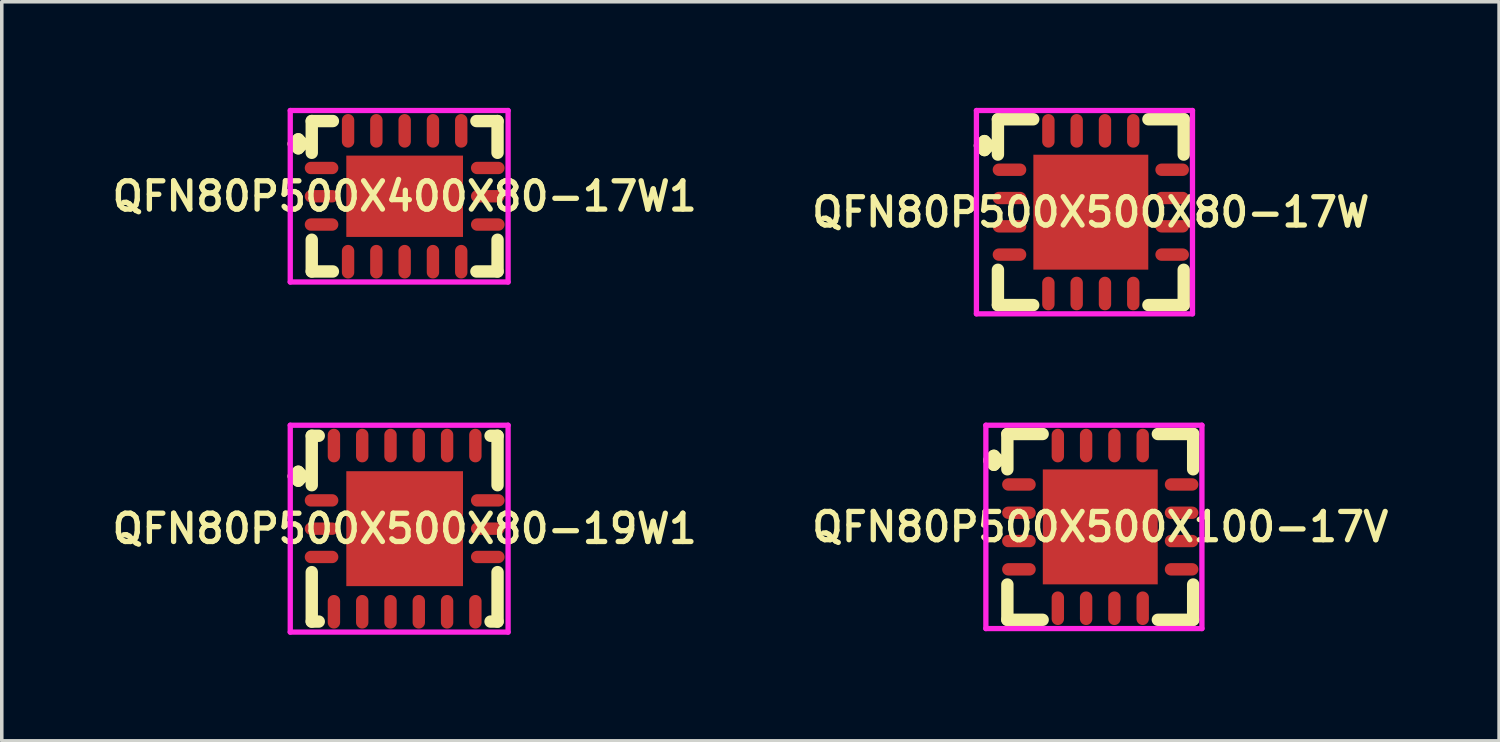
<source format=kicad_pcb>
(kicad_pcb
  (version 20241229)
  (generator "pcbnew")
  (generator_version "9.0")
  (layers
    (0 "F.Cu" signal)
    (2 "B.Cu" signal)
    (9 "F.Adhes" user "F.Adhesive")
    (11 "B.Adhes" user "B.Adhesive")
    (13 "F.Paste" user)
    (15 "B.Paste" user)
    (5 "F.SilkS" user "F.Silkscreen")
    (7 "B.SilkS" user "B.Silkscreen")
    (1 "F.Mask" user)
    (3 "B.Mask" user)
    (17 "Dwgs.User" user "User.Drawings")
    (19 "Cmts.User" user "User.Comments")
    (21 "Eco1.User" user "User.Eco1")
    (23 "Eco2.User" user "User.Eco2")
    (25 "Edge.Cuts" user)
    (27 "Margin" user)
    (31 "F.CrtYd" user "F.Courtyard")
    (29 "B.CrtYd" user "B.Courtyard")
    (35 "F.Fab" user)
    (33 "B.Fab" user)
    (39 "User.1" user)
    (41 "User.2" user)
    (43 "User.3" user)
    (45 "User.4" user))
  (footprint "QFN80P500X400X80-17W1"
    (layer "F.Cu")
    (at 8.393 2.5)
    (property "Reference" "QFN80P500X400X80-17W1" (at 0 0 0) (layer "F.SilkS") (effects (font (size 0.8 0.8) (thickness 0.15))))
    (attr smd)
    (fp_line (start -3.135 -1.483) (end -3.008 -1.61) (stroke (width 0.35) (type solid)) (layer "F.SilkS"))
    (fp_line (start -3.008 -1.61) (end -2.881 -1.483) (stroke (width 0.35) (type solid)) (layer "F.SilkS"))
    (fp_line (start -3.008 -1.356) (end -3.135 -1.483) (stroke (width 0.35) (type solid)) (layer "F.SilkS"))
    (fp_line (start -2.881 -1.483) (end -3.008 -1.356) (stroke (width 0.35) (type solid)) (layer "F.SilkS"))
    (fp_line (start -2.627 -2.127) (end -2.029 -2.127) (stroke (width 0.35) (type solid)) (layer "F.SilkS"))
    (fp_line (start -2.627 -1.229) (end -2.627 -2.127) (stroke (width 0.35) (type solid)) (layer "F.SilkS"))
    (fp_line (start -2.627 1.229) (end -2.627 2.127) (stroke (width 0.35) (type solid)) (layer "F.SilkS"))
    (fp_line (start -2.627 2.127) (end -2.029 2.127) (stroke (width 0.35) (type solid)) (layer "F.SilkS"))
    (fp_line (start 2.029 -2.127) (end 2.627 -2.127) (stroke (width 0.35) (type solid)) (layer "F.SilkS"))
    (fp_line (start 2.029 2.127) (end 2.627 2.127) (stroke (width 0.35) (type solid)) (layer "F.SilkS"))
    (fp_line (start 2.627 -2.127) (end 2.627 -1.229) (stroke (width 0.35) (type solid)) (layer "F.SilkS"))
    (fp_line (start 2.627 2.127) (end 2.627 1.229) (stroke (width 0.35) (type solid)) (layer "F.SilkS"))
    (fp_line (start -3.235 -2.425) (end 2.925 -2.425) (stroke (width 0.15) (type solid)) (layer "F.CrtYd"))
    (fp_line (start -3.235 2.425) (end -3.235 -2.425) (stroke (width 0.15) (type solid)) (layer "F.CrtYd"))
    (fp_line (start 2.925 -2.425) (end 2.925 2.425) (stroke (width 0.15) (type solid)) (layer "F.CrtYd"))
    (fp_line (start 2.925 2.425) (end -3.235 2.425) (stroke (width 0.15) (type solid)) (layer "F.CrtYd"))
    (pad "1" smd oval (at -2.35 -0.8) (size 0.95 0.35) (layers "F.Cu" "F.Mask" "F.Paste"))
    (pad "2" smd oval (at -2.35 0) (size 0.95 0.35) (layers "F.Cu" "F.Mask" "F.Paste"))
    (pad "3" smd oval (at -2.35 0.8) (size 0.95 0.35) (layers "F.Cu" "F.Mask" "F.Paste"))
    (pad "4" smd oval (at -1.6 1.85) (size 0.35 0.95) (layers "F.Cu" "F.Mask" "F.Paste"))
    (pad "5" smd oval (at -0.8 1.85) (size 0.35 0.95) (layers "F.Cu" "F.Mask" "F.Paste"))
    (pad "6" smd oval (at 0 1.85) (size 0.35 0.95) (layers "F.Cu" "F.Mask" "F.Paste"))
    (pad "7" smd oval (at 0.8 1.85) (size 0.35 0.95) (layers "F.Cu" "F.Mask" "F.Paste"))
    (pad "8" smd oval (at 1.6 1.85) (size 0.35 0.95) (layers "F.Cu" "F.Mask" "F.Paste"))
    (pad "9" smd oval (at 2.35 0.8) (size 0.95 0.35) (layers "F.Cu" "F.Mask" "F.Paste"))
    (pad "10" smd oval (at 2.35 0) (size 0.95 0.35) (layers "F.Cu" "F.Mask" "F.Paste"))
    (pad "11" smd oval (at 2.35 -0.8) (size 0.95 0.35) (layers "F.Cu" "F.Mask" "F.Paste"))
    (pad "12" smd oval (at 1.6 -1.85) (size 0.35 0.95) (layers "F.Cu" "F.Mask" "F.Paste"))
    (pad "13" smd oval (at 0.8 -1.85) (size 0.35 0.95) (layers "F.Cu" "F.Mask" "F.Paste"))
    (pad "14" smd oval (at 0 -1.85) (size 0.35 0.95) (layers "F.Cu" "F.Mask" "F.Paste"))
    (pad "15" smd oval (at -0.8 -1.85) (size 0.35 0.95) (layers "F.Cu" "F.Mask" "F.Paste"))
    (pad "16" smd oval (at -1.6 -1.85) (size 0.35 0.95) (layers "F.Cu" "F.Mask" "F.Paste"))
    (pad "17" smd rect (at 0 0) (size 3.3 2.3) (layers "F.Cu" "F.Mask" "F.Paste")))
  (footprint "QFN80P500X500X80-17W"
    (layer "F.Cu")
    (at 27.797 2.95)
    (property "Reference" "QFN80P500X500X80-17W" (at 0 0 0) (layer "F.SilkS") (effects (font (size 0.8 0.8) (thickness 0.15))))
    (attr smd)
    (fp_line (start -3.135 -1.883) (end -3.008 -2.01) (stroke (width 0.35) (type solid)) (layer "F.SilkS"))
    (fp_line (start -3.008 -2.01) (end -2.881 -1.883) (stroke (width 0.35) (type solid)) (layer "F.SilkS"))
    (fp_line (start -3.008 -1.756) (end -3.135 -1.883) (stroke (width 0.35) (type solid)) (layer "F.SilkS"))
    (fp_line (start -2.881 -1.883) (end -3.008 -1.756) (stroke (width 0.35) (type solid)) (layer "F.SilkS"))
    (fp_line (start -2.627 -2.627) (end -1.629 -2.627) (stroke (width 0.35) (type solid)) (layer "F.SilkS"))
    (fp_line (start -2.627 -1.629) (end -2.627 -2.627) (stroke (width 0.35) (type solid)) (layer "F.SilkS"))
    (fp_line (start -2.627 1.629) (end -2.627 2.627) (stroke (width 0.35) (type solid)) (layer "F.SilkS"))
    (fp_line (start -2.627 2.627) (end -1.629 2.627) (stroke (width 0.35) (type solid)) (layer "F.SilkS"))
    (fp_line (start 1.629 -2.627) (end 2.627 -2.627) (stroke (width 0.35) (type solid)) (layer "F.SilkS"))
    (fp_line (start 1.629 2.627) (end 2.627 2.627) (stroke (width 0.35) (type solid)) (layer "F.SilkS"))
    (fp_line (start 2.627 -2.627) (end 2.627 -1.629) (stroke (width 0.35) (type solid)) (layer "F.SilkS"))
    (fp_line (start 2.627 2.627) (end 2.627 1.629) (stroke (width 0.35) (type solid)) (layer "F.SilkS"))
    (fp_line (start -3.235 -2.875) (end 2.875 -2.875) (stroke (width 0.15) (type solid)) (layer "F.CrtYd"))
    (fp_line (start -3.235 2.875) (end -3.235 -2.875) (stroke (width 0.15) (type solid)) (layer "F.CrtYd"))
    (fp_line (start 2.875 -2.875) (end 2.875 2.875) (stroke (width 0.15) (type solid)) (layer "F.CrtYd"))
    (fp_line (start 2.875 2.875) (end -3.235 2.875) (stroke (width 0.15) (type solid)) (layer "F.CrtYd"))
    (pad "1" smd oval (at -2.3 -1.2) (size 0.95 0.35) (layers "F.Cu" "F.Mask" "F.Paste"))
    (pad "2" smd oval (at -2.3 -0.4) (size 0.95 0.35) (layers "F.Cu" "F.Mask" "F.Paste"))
    (pad "3" smd oval (at -2.3 0.4) (size 0.95 0.35) (layers "F.Cu" "F.Mask" "F.Paste"))
    (pad "4" smd oval (at -2.3 1.2) (size 0.95 0.35) (layers "F.Cu" "F.Mask" "F.Paste"))
    (pad "5" smd oval (at -1.2 2.3) (size 0.35 0.95) (layers "F.Cu" "F.Mask" "F.Paste"))
    (pad "6" smd oval (at -0.4 2.3) (size 0.35 0.95) (layers "F.Cu" "F.Mask" "F.Paste"))
    (pad "7" smd oval (at 0.4 2.3) (size 0.35 0.95) (layers "F.Cu" "F.Mask" "F.Paste"))
    (pad "8" smd oval (at 1.2 2.3) (size 0.35 0.95) (layers "F.Cu" "F.Mask" "F.Paste"))
    (pad "9" smd oval (at 2.3 1.2) (size 0.95 0.35) (layers "F.Cu" "F.Mask" "F.Paste"))
    (pad "10" smd oval (at 2.3 0.4) (size 0.95 0.35) (layers "F.Cu" "F.Mask" "F.Paste"))
    (pad "11" smd oval (at 2.3 -0.4) (size 0.95 0.35) (layers "F.Cu" "F.Mask" "F.Paste"))
    (pad "12" smd oval (at 2.3 -1.2) (size 0.95 0.35) (layers "F.Cu" "F.Mask" "F.Paste"))
    (pad "13" smd oval (at 1.2 -2.3) (size 0.35 0.95) (layers "F.Cu" "F.Mask" "F.Paste"))
    (pad "14" smd oval (at 0.4 -2.3) (size 0.35 0.95) (layers "F.Cu" "F.Mask" "F.Paste"))
    (pad "15" smd oval (at -0.4 -2.3) (size 0.35 0.95) (layers "F.Cu" "F.Mask" "F.Paste"))
    (pad "16" smd oval (at -1.2 -2.3) (size 0.35 0.95) (layers "F.Cu" "F.Mask" "F.Paste"))
    (pad "17" smd rect (at 0 0) (size 3.25 3.25) (layers "F.Cu" "F.Mask" "F.Paste")))
  (footprint "QFN80P500X500X80-19W1"
    (layer "F.Cu")
    (at 8.393 11.9)
    (property "Reference" "QFN80P500X500X80-19W1" (at 0 0 0) (layer "F.SilkS") (effects (font (size 0.8 0.8) (thickness 0.15))))
    (attr smd)
    (fp_line (start -3.135 -1.483) (end -3.008 -1.61) (stroke (width 0.35) (type solid)) (layer "F.SilkS"))
    (fp_line (start -3.008 -1.61) (end -2.881 -1.483) (stroke (width 0.35) (type solid)) (layer "F.SilkS"))
    (fp_line (start -3.008 -1.356) (end -3.135 -1.483) (stroke (width 0.35) (type solid)) (layer "F.SilkS"))
    (fp_line (start -2.881 -1.483) (end -3.008 -1.356) (stroke (width 0.35) (type solid)) (layer "F.SilkS"))
    (fp_line (start -2.627 -2.627) (end -2.429 -2.627) (stroke (width 0.35) (type solid)) (layer "F.SilkS"))
    (fp_line (start -2.627 -1.229) (end -2.627 -2.627) (stroke (width 0.35) (type solid)) (layer "F.SilkS"))
    (fp_line (start -2.627 1.229) (end -2.627 2.627) (stroke (width 0.35) (type solid)) (layer "F.SilkS"))
    (fp_line (start -2.627 2.627) (end -2.429 2.627) (stroke (width 0.35) (type solid)) (layer "F.SilkS"))
    (fp_line (start 2.429 -2.627) (end 2.627 -2.627) (stroke (width 0.35) (type solid)) (layer "F.SilkS"))
    (fp_line (start 2.429 2.627) (end 2.627 2.627) (stroke (width 0.35) (type solid)) (layer "F.SilkS"))
    (fp_line (start 2.627 -2.627) (end 2.627 -1.229) (stroke (width 0.35) (type solid)) (layer "F.SilkS"))
    (fp_line (start 2.627 2.627) (end 2.627 1.229) (stroke (width 0.35) (type solid)) (layer "F.SilkS"))
    (fp_line (start -3.235 -2.925) (end 2.925 -2.925) (stroke (width 0.15) (type solid)) (layer "F.CrtYd"))
    (fp_line (start -3.235 2.925) (end -3.235 -2.925) (stroke (width 0.15) (type solid)) (layer "F.CrtYd"))
    (fp_line (start 2.925 -2.925) (end 2.925 2.925) (stroke (width 0.15) (type solid)) (layer "F.CrtYd"))
    (fp_line (start 2.925 2.925) (end -3.235 2.925) (stroke (width 0.15) (type solid)) (layer "F.CrtYd"))
    (pad "1" smd oval (at -2.35 -0.8) (size 0.95 0.35) (layers "F.Cu" "F.Mask" "F.Paste"))
    (pad "2" smd oval (at -2.35 0) (size 0.95 0.35) (layers "F.Cu" "F.Mask" "F.Paste"))
    (pad "3" smd oval (at -2.35 0.8) (size 0.95 0.35) (layers "F.Cu" "F.Mask" "F.Paste"))
    (pad "4" smd oval (at -2 2.35) (size 0.35 0.95) (layers "F.Cu" "F.Mask" "F.Paste"))
    (pad "5" smd oval (at -1.2 2.35) (size 0.35 0.95) (layers "F.Cu" "F.Mask" "F.Paste"))
    (pad "6" smd oval (at -0.4 2.35) (size 0.35 0.95) (layers "F.Cu" "F.Mask" "F.Paste"))
    (pad "7" smd oval (at 0.4 2.35) (size 0.35 0.95) (layers "F.Cu" "F.Mask" "F.Paste"))
    (pad "8" smd oval (at 1.2 2.35) (size 0.35 0.95) (layers "F.Cu" "F.Mask" "F.Paste"))
    (pad "9" smd oval (at 2 2.35) (size 0.35 0.95) (layers "F.Cu" "F.Mask" "F.Paste"))
    (pad "10" smd oval (at 2.35 0.8) (size 0.95 0.35) (layers "F.Cu" "F.Mask" "F.Paste"))
    (pad "11" smd oval (at 2.35 0) (size 0.95 0.35) (layers "F.Cu" "F.Mask" "F.Paste"))
    (pad "12" smd oval (at 2.35 -0.8) (size 0.95 0.35) (layers "F.Cu" "F.Mask" "F.Paste"))
    (pad "13" smd oval (at 2 -2.35) (size 0.35 0.95) (layers "F.Cu" "F.Mask" "F.Paste"))
    (pad "14" smd oval (at 1.2 -2.35) (size 0.35 0.95) (layers "F.Cu" "F.Mask" "F.Paste"))
    (pad "15" smd oval (at 0.4 -2.35) (size 0.35 0.95) (layers "F.Cu" "F.Mask" "F.Paste"))
    (pad "16" smd oval (at -0.4 -2.35) (size 0.35 0.95) (layers "F.Cu" "F.Mask" "F.Paste"))
    (pad "17" smd oval (at -1.2 -2.35) (size 0.35 0.95) (layers "F.Cu" "F.Mask" "F.Paste"))
    (pad "18" smd oval (at -2 -2.35) (size 0.35 0.95) (layers "F.Cu" "F.Mask" "F.Paste"))
    (pad "19" smd rect (at 0 0) (size 3.3 3.25) (layers "F.Cu" "F.Mask" "F.Paste")))
  (footprint "QFN80P500X500X100-17V"
    (layer "F.Cu")
    (at 28.064 11.85)
    (property "Reference" "QFN80P500X500X100-17V" (at 0 0 0) (layer "F.SilkS") (effects (font (size 0.8 0.8) (thickness 0.15))))
    (attr smd)
    (fp_line (start -3.135 -1.883) (end -3.008 -2.01) (stroke (width 0.35) (type solid)) (layer "F.SilkS"))
    (fp_line (start -3.008 -2.01) (end -2.881 -1.883) (stroke (width 0.35) (type solid)) (layer "F.SilkS"))
    (fp_line (start -3.008 -1.756) (end -3.135 -1.883) (stroke (width 0.35) (type solid)) (layer "F.SilkS"))
    (fp_line (start -2.881 -1.883) (end -3.008 -1.756) (stroke (width 0.35) (type solid)) (layer "F.SilkS"))
    (fp_line (start -2.627 -2.627) (end -1.629 -2.627) (stroke (width 0.35) (type solid)) (layer "F.SilkS"))
    (fp_line (start -2.627 -1.629) (end -2.627 -2.627) (stroke (width 0.35) (type solid)) (layer "F.SilkS"))
    (fp_line (start -2.627 1.629) (end -2.627 2.627) (stroke (width 0.35) (type solid)) (layer "F.SilkS"))
    (fp_line (start -2.627 2.627) (end -1.629 2.627) (stroke (width 0.35) (type solid)) (layer "F.SilkS"))
    (fp_line (start 1.629 -2.627) (end 2.627 -2.627) (stroke (width 0.35) (type solid)) (layer "F.SilkS"))
    (fp_line (start 1.629 2.627) (end 2.627 2.627) (stroke (width 0.35) (type solid)) (layer "F.SilkS"))
    (fp_line (start 2.627 -2.627) (end 2.627 -1.629) (stroke (width 0.35) (type solid)) (layer "F.SilkS"))
    (fp_line (start 2.627 2.627) (end 2.627 1.629) (stroke (width 0.35) (type solid)) (layer "F.SilkS"))
    (fp_line (start -3.235 -2.875) (end 2.875 -2.875) (stroke (width 0.15) (type solid)) (layer "F.CrtYd"))
    (fp_line (start -3.235 2.875) (end -3.235 -2.875) (stroke (width 0.15) (type solid)) (layer "F.CrtYd"))
    (fp_line (start 2.875 -2.875) (end 2.875 2.875) (stroke (width 0.15) (type solid)) (layer "F.CrtYd"))
    (fp_line (start 2.875 2.875) (end -3.235 2.875) (stroke (width 0.15) (type solid)) (layer "F.CrtYd"))
    (pad "1" smd oval (at -2.3 -1.2) (size 0.95 0.35) (layers "F.Cu" "F.Mask" "F.Paste"))
    (pad "2" smd oval (at -2.3 -0.4) (size 0.95 0.35) (layers "F.Cu" "F.Mask" "F.Paste"))
    (pad "3" smd oval (at -2.3 0.4) (size 0.95 0.35) (layers "F.Cu" "F.Mask" "F.Paste"))
    (pad "4" smd oval (at -2.3 1.2) (size 0.95 0.35) (layers "F.Cu" "F.Mask" "F.Paste"))
    (pad "5" smd oval (at -1.2 2.3) (size 0.35 0.95) (layers "F.Cu" "F.Mask" "F.Paste"))
    (pad "6" smd oval (at -0.4 2.3) (size 0.35 0.95) (layers "F.Cu" "F.Mask" "F.Paste"))
    (pad "7" smd oval (at 0.4 2.3) (size 0.35 0.95) (layers "F.Cu" "F.Mask" "F.Paste"))
    (pad "8" smd oval (at 1.2 2.3) (size 0.35 0.95) (layers "F.Cu" "F.Mask" "F.Paste"))
    (pad "9" smd oval (at 2.3 1.2) (size 0.95 0.35) (layers "F.Cu" "F.Mask" "F.Paste"))
    (pad "10" smd oval (at 2.3 0.4) (size 0.95 0.35) (layers "F.Cu" "F.Mask" "F.Paste"))
    (pad "11" smd oval (at 2.3 -0.4) (size 0.95 0.35) (layers "F.Cu" "F.Mask" "F.Paste"))
    (pad "12" smd oval (at 2.3 -1.2) (size 0.95 0.35) (layers "F.Cu" "F.Mask" "F.Paste"))
    (pad "13" smd oval (at 1.2 -2.3) (size 0.35 0.95) (layers "F.Cu" "F.Mask" "F.Paste"))
    (pad "14" smd oval (at 0.4 -2.3) (size 0.35 0.95) (layers "F.Cu" "F.Mask" "F.Paste"))
    (pad "15" smd oval (at -0.4 -2.3) (size 0.35 0.95) (layers "F.Cu" "F.Mask" "F.Paste"))
    (pad "16" smd oval (at -1.2 -2.3) (size 0.35 0.95) (layers "F.Cu" "F.Mask" "F.Paste"))
    (pad "17" smd rect (at 0 0) (size 3.25 3.25) (layers "F.Cu" "F.Mask" "F.Paste")))
  (gr_rect
    (start -3 -3)
    (end 39.342 17.9)
    (stroke (width 0.1) (type default))
    (fill no)
    (layer "Edge.Cuts")))
</source>
